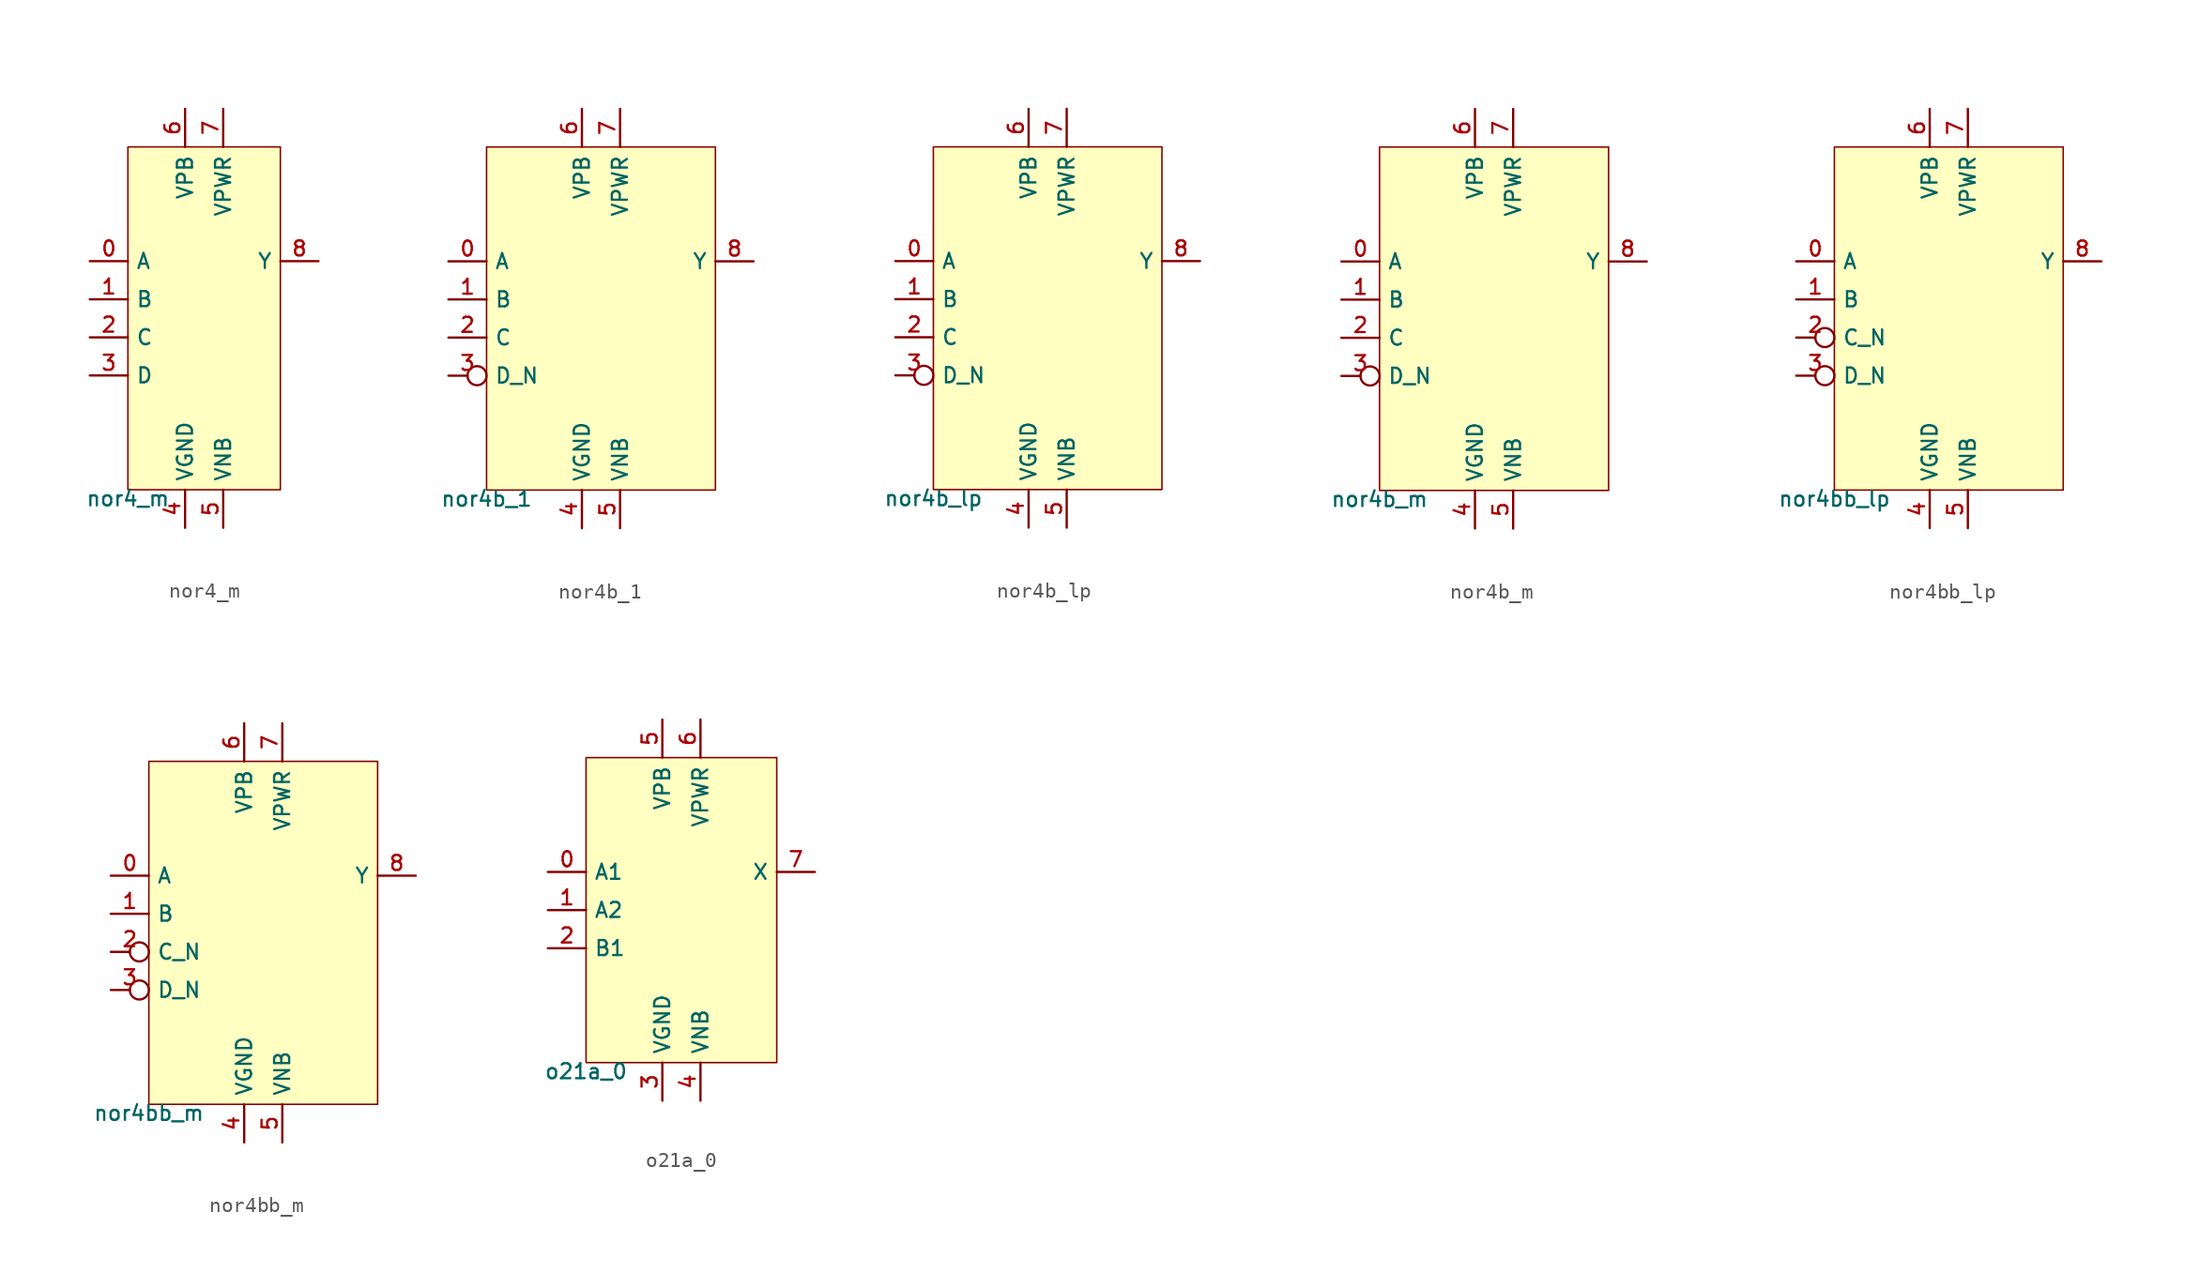
<source format=kicad_sym>
(kicad_symbol_lib
  (version 20211014)
  (generator pdk2kicad)
  (symbol "nor4_m"
    (property "Reference" "X"
      (at 0 0 0)
      (effects (font (size 1 1)) hide))
    (property "Value" "nor4_m"
      (at -5.08 -11.43 0)
      (effects (font (size 1 1)) (justify top)))
    (rectangle
      (start -5.08 -11.43)
      (end 5.08 11.43)
      (stroke (width 0.1) (type solid) (color 0 0 0 0))
      (fill (type background)))
    (pin input line
      (at -7.62 3.81 0)
      (length 2.54)
      (name "A" (effects (font (size 1 1)) hide))
      (number "0" (effects (font (size 1 1)) hide)))
    (pin input line
      (at -7.62 1.27 0)
      (length 2.54)
      (name "B" (effects (font (size 1 1)) hide))
      (number "1" (effects (font (size 1 1)) hide)))
    (pin input line
      (at -7.62 -1.27 0)
      (length 2.54)
      (name "C" (effects (font (size 1 1)) hide))
      (number "2" (effects (font (size 1 1)) hide)))
    (pin input line
      (at -7.62 -3.81 0)
      (length 2.54)
      (name "D" (effects (font (size 1 1)) hide))
      (number "3" (effects (font (size 1 1)) hide)))
    (pin power_in line
      (at -1.27 -13.97 90)
      (length 2.54)
      (name "VGND" (effects (font (size 1 1)) hide))
      (number "4" (effects (font (size 1 1)) hide)))
    (pin power_in line
      (at 1.27 -13.97 90)
      (length 2.54)
      (name "VNB" (effects (font (size 1 1)) hide))
      (number "5" (effects (font (size 1 1)) hide)))
    (pin power_in line
      (at -1.27 13.97 270)
      (length 2.54)
      (name "VPB" (effects (font (size 1 1)) hide))
      (number "6" (effects (font (size 1 1)) hide)))
    (pin power_in line
      (at 1.27 13.97 270)
      (length 2.54)
      (name "VPWR" (effects (font (size 1 1)) hide))
      (number "7" (effects (font (size 1 1)) hide)))
    (pin output line
      (at 7.62 3.81 180)
      (length 2.54)
      (name "Y" (effects (font (size 1 1)) hide))
      (number "8" (effects (font (size 1 1)) hide))))
  (symbol "nor4b_1"
    (property "Reference" "X"
      (at 0 0 0)
      (effects (font (size 1 1)) hide))
    (property "Value" "nor4b_1"
      (at -7.62 -11.43 0)
      (effects (font (size 1 1)) (justify top)))
    (rectangle
      (start -7.62 -11.43)
      (end 7.62 11.43)
      (stroke (width 0.1) (type solid) (color 0 0 0 0))
      (fill (type background)))
    (pin input line
      (at -10.16 3.81 0)
      (length 2.54)
      (name "A" (effects (font (size 1 1)) hide))
      (number "0" (effects (font (size 1 1)) hide)))
    (pin input line
      (at -10.16 1.27 0)
      (length 2.54)
      (name "B" (effects (font (size 1 1)) hide))
      (number "1" (effects (font (size 1 1)) hide)))
    (pin input line
      (at -10.16 -1.27 0)
      (length 2.54)
      (name "C" (effects (font (size 1 1)) hide))
      (number "2" (effects (font (size 1 1)) hide)))
    (pin input inverted
      (at -10.16 -3.81 0)
      (length 2.54)
      (name "D_N" (effects (font (size 1 1)) hide))
      (number "3" (effects (font (size 1 1)) hide)))
    (pin power_in line
      (at -1.27 -13.97 90)
      (length 2.54)
      (name "VGND" (effects (font (size 1 1)) hide))
      (number "4" (effects (font (size 1 1)) hide)))
    (pin power_in line
      (at 1.27 -13.97 90)
      (length 2.54)
      (name "VNB" (effects (font (size 1 1)) hide))
      (number "5" (effects (font (size 1 1)) hide)))
    (pin power_in line
      (at -1.27 13.97 270)
      (length 2.54)
      (name "VPB" (effects (font (size 1 1)) hide))
      (number "6" (effects (font (size 1 1)) hide)))
    (pin power_in line
      (at 1.27 13.97 270)
      (length 2.54)
      (name "VPWR" (effects (font (size 1 1)) hide))
      (number "7" (effects (font (size 1 1)) hide)))
    (pin output line
      (at 10.16 3.81 180)
      (length 2.54)
      (name "Y" (effects (font (size 1 1)) hide))
      (number "8" (effects (font (size 1 1)) hide))))
  (symbol "nor4b_lp"
    (property "Reference" "X"
      (at 0 0 0)
      (effects (font (size 1 1)) hide))
    (property "Value" "nor4b_lp"
      (at -7.62 -11.43 0)
      (effects (font (size 1 1)) (justify top)))
    (rectangle
      (start -7.62 -11.43)
      (end 7.62 11.43)
      (stroke (width 0.1) (type solid) (color 0 0 0 0))
      (fill (type background)))
    (pin input line
      (at -10.16 3.81 0)
      (length 2.54)
      (name "A" (effects (font (size 1 1)) hide))
      (number "0" (effects (font (size 1 1)) hide)))
    (pin input line
      (at -10.16 1.27 0)
      (length 2.54)
      (name "B" (effects (font (size 1 1)) hide))
      (number "1" (effects (font (size 1 1)) hide)))
    (pin input line
      (at -10.16 -1.27 0)
      (length 2.54)
      (name "C" (effects (font (size 1 1)) hide))
      (number "2" (effects (font (size 1 1)) hide)))
    (pin input inverted
      (at -10.16 -3.81 0)
      (length 2.54)
      (name "D_N" (effects (font (size 1 1)) hide))
      (number "3" (effects (font (size 1 1)) hide)))
    (pin power_in line
      (at -1.27 -13.97 90)
      (length 2.54)
      (name "VGND" (effects (font (size 1 1)) hide))
      (number "4" (effects (font (size 1 1)) hide)))
    (pin power_in line
      (at 1.27 -13.97 90)
      (length 2.54)
      (name "VNB" (effects (font (size 1 1)) hide))
      (number "5" (effects (font (size 1 1)) hide)))
    (pin power_in line
      (at -1.27 13.97 270)
      (length 2.54)
      (name "VPB" (effects (font (size 1 1)) hide))
      (number "6" (effects (font (size 1 1)) hide)))
    (pin power_in line
      (at 1.27 13.97 270)
      (length 2.54)
      (name "VPWR" (effects (font (size 1 1)) hide))
      (number "7" (effects (font (size 1 1)) hide)))
    (pin output line
      (at 10.16 3.81 180)
      (length 2.54)
      (name "Y" (effects (font (size 1 1)) hide))
      (number "8" (effects (font (size 1 1)) hide))))
  (symbol "nor4b_m"
    (property "Reference" "X"
      (at 0 0 0)
      (effects (font (size 1 1)) hide))
    (property "Value" "nor4b_m"
      (at -7.62 -11.43 0)
      (effects (font (size 1 1)) (justify top)))
    (rectangle
      (start -7.62 -11.43)
      (end 7.62 11.43)
      (stroke (width 0.1) (type solid) (color 0 0 0 0))
      (fill (type background)))
    (pin input line
      (at -10.16 3.81 0)
      (length 2.54)
      (name "A" (effects (font (size 1 1)) hide))
      (number "0" (effects (font (size 1 1)) hide)))
    (pin input line
      (at -10.16 1.27 0)
      (length 2.54)
      (name "B" (effects (font (size 1 1)) hide))
      (number "1" (effects (font (size 1 1)) hide)))
    (pin input line
      (at -10.16 -1.27 0)
      (length 2.54)
      (name "C" (effects (font (size 1 1)) hide))
      (number "2" (effects (font (size 1 1)) hide)))
    (pin input inverted
      (at -10.16 -3.81 0)
      (length 2.54)
      (name "D_N" (effects (font (size 1 1)) hide))
      (number "3" (effects (font (size 1 1)) hide)))
    (pin power_in line
      (at -1.27 -13.97 90)
      (length 2.54)
      (name "VGND" (effects (font (size 1 1)) hide))
      (number "4" (effects (font (size 1 1)) hide)))
    (pin power_in line
      (at 1.27 -13.97 90)
      (length 2.54)
      (name "VNB" (effects (font (size 1 1)) hide))
      (number "5" (effects (font (size 1 1)) hide)))
    (pin power_in line
      (at -1.27 13.97 270)
      (length 2.54)
      (name "VPB" (effects (font (size 1 1)) hide))
      (number "6" (effects (font (size 1 1)) hide)))
    (pin power_in line
      (at 1.27 13.97 270)
      (length 2.54)
      (name "VPWR" (effects (font (size 1 1)) hide))
      (number "7" (effects (font (size 1 1)) hide)))
    (pin output line
      (at 10.16 3.81 180)
      (length 2.54)
      (name "Y" (effects (font (size 1 1)) hide))
      (number "8" (effects (font (size 1 1)) hide))))
  (symbol "nor4bb_lp"
    (property "Reference" "X"
      (at 0 0 0)
      (effects (font (size 1 1)) hide))
    (property "Value" "nor4bb_lp"
      (at -7.62 -11.43 0)
      (effects (font (size 1 1)) (justify top)))
    (rectangle
      (start -7.62 -11.43)
      (end 7.62 11.43)
      (stroke (width 0.1) (type solid) (color 0 0 0 0))
      (fill (type background)))
    (pin input line
      (at -10.16 3.81 0)
      (length 2.54)
      (name "A" (effects (font (size 1 1)) hide))
      (number "0" (effects (font (size 1 1)) hide)))
    (pin input line
      (at -10.16 1.27 0)
      (length 2.54)
      (name "B" (effects (font (size 1 1)) hide))
      (number "1" (effects (font (size 1 1)) hide)))
    (pin input inverted
      (at -10.16 -1.27 0)
      (length 2.54)
      (name "C_N" (effects (font (size 1 1)) hide))
      (number "2" (effects (font (size 1 1)) hide)))
    (pin input inverted
      (at -10.16 -3.81 0)
      (length 2.54)
      (name "D_N" (effects (font (size 1 1)) hide))
      (number "3" (effects (font (size 1 1)) hide)))
    (pin power_in line
      (at -1.27 -13.97 90)
      (length 2.54)
      (name "VGND" (effects (font (size 1 1)) hide))
      (number "4" (effects (font (size 1 1)) hide)))
    (pin power_in line
      (at 1.27 -13.97 90)
      (length 2.54)
      (name "VNB" (effects (font (size 1 1)) hide))
      (number "5" (effects (font (size 1 1)) hide)))
    (pin power_in line
      (at -1.27 13.97 270)
      (length 2.54)
      (name "VPB" (effects (font (size 1 1)) hide))
      (number "6" (effects (font (size 1 1)) hide)))
    (pin power_in line
      (at 1.27 13.97 270)
      (length 2.54)
      (name "VPWR" (effects (font (size 1 1)) hide))
      (number "7" (effects (font (size 1 1)) hide)))
    (pin output line
      (at 10.16 3.81 180)
      (length 2.54)
      (name "Y" (effects (font (size 1 1)) hide))
      (number "8" (effects (font (size 1 1)) hide))))
  (symbol "nor4bb_m"
    (property "Reference" "X"
      (at 0 0 0)
      (effects (font (size 1 1)) hide))
    (property "Value" "nor4bb_m"
      (at -7.62 -11.43 0)
      (effects (font (size 1 1)) (justify top)))
    (rectangle
      (start -7.62 -11.43)
      (end 7.62 11.43)
      (stroke (width 0.1) (type solid) (color 0 0 0 0))
      (fill (type background)))
    (pin input line
      (at -10.16 3.81 0)
      (length 2.54)
      (name "A" (effects (font (size 1 1)) hide))
      (number "0" (effects (font (size 1 1)) hide)))
    (pin input line
      (at -10.16 1.27 0)
      (length 2.54)
      (name "B" (effects (font (size 1 1)) hide))
      (number "1" (effects (font (size 1 1)) hide)))
    (pin input inverted
      (at -10.16 -1.27 0)
      (length 2.54)
      (name "C_N" (effects (font (size 1 1)) hide))
      (number "2" (effects (font (size 1 1)) hide)))
    (pin input inverted
      (at -10.16 -3.81 0)
      (length 2.54)
      (name "D_N" (effects (font (size 1 1)) hide))
      (number "3" (effects (font (size 1 1)) hide)))
    (pin power_in line
      (at -1.27 -13.97 90)
      (length 2.54)
      (name "VGND" (effects (font (size 1 1)) hide))
      (number "4" (effects (font (size 1 1)) hide)))
    (pin power_in line
      (at 1.27 -13.97 90)
      (length 2.54)
      (name "VNB" (effects (font (size 1 1)) hide))
      (number "5" (effects (font (size 1 1)) hide)))
    (pin power_in line
      (at -1.27 13.97 270)
      (length 2.54)
      (name "VPB" (effects (font (size 1 1)) hide))
      (number "6" (effects (font (size 1 1)) hide)))
    (pin power_in line
      (at 1.27 13.97 270)
      (length 2.54)
      (name "VPWR" (effects (font (size 1 1)) hide))
      (number "7" (effects (font (size 1 1)) hide)))
    (pin output line
      (at 10.16 3.81 180)
      (length 2.54)
      (name "Y" (effects (font (size 1 1)) hide))
      (number "8" (effects (font (size 1 1)) hide))))
  (symbol "o21a_0"
    (property "Reference" "X"
      (at 0 0 0)
      (effects (font (size 1 1)) hide))
    (property "Value" "o21a_0"
      (at -6.35 -10.16 0)
      (effects (font (size 1 1)) (justify top)))
    (rectangle
      (start -6.35 -10.16)
      (end 6.35 10.16)
      (stroke (width 0.1) (type solid) (color 0 0 0 0))
      (fill (type background)))
    (pin input line
      (at -8.89 2.54 0)
      (length 2.54)
      (name "A1" (effects (font (size 1 1)) hide))
      (number "0" (effects (font (size 1 1)) hide)))
    (pin input line
      (at -8.89 0.0 0)
      (length 2.54)
      (name "A2" (effects (font (size 1 1)) hide))
      (number "1" (effects (font (size 1 1)) hide)))
    (pin input line
      (at -8.89 -2.54 0)
      (length 2.54)
      (name "B1" (effects (font (size 1 1)) hide))
      (number "2" (effects (font (size 1 1)) hide)))
    (pin power_in line
      (at -1.27 -12.7 90)
      (length 2.54)
      (name "VGND" (effects (font (size 1 1)) hide))
      (number "3" (effects (font (size 1 1)) hide)))
    (pin power_in line
      (at 1.27 -12.7 90)
      (length 2.54)
      (name "VNB" (effects (font (size 1 1)) hide))
      (number "4" (effects (font (size 1 1)) hide)))
    (pin power_in line
      (at -1.27 12.7 270)
      (length 2.54)
      (name "VPB" (effects (font (size 1 1)) hide))
      (number "5" (effects (font (size 1 1)) hide)))
    (pin power_in line
      (at 1.27 12.7 270)
      (length 2.54)
      (name "VPWR" (effects (font (size 1 1)) hide))
      (number "6" (effects (font (size 1 1)) hide)))
    (pin output line
      (at 8.89 2.54 180)
      (length 2.54)
      (name "X" (effects (font (size 1 1)) hide))
      (number "7" (effects (font (size 1 1)) hide)))))
</source>
